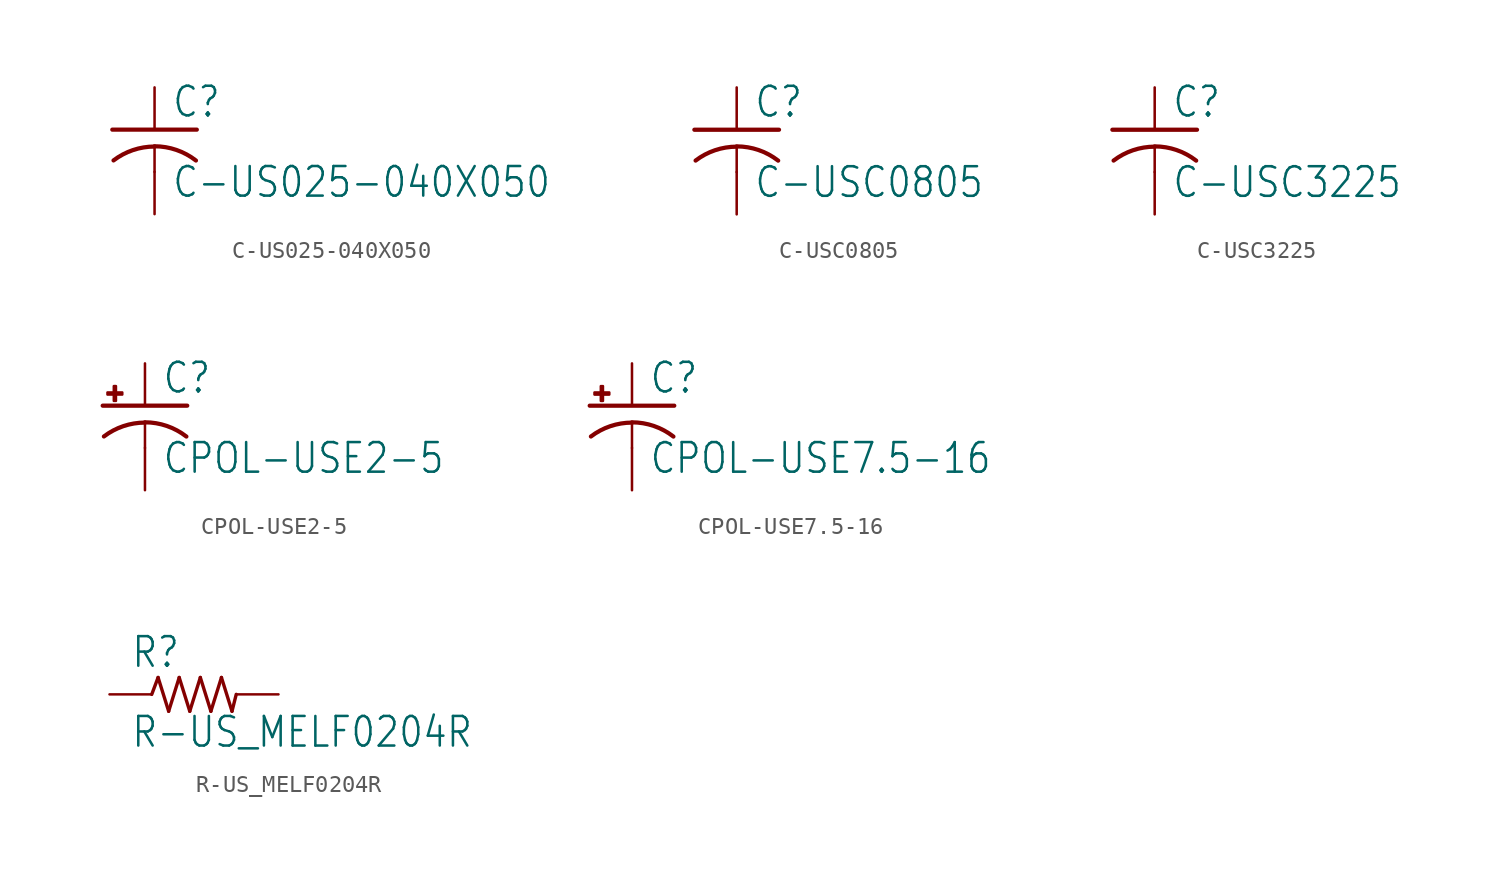
<source format=kicad_sym>
(kicad_symbol_lib
  (version 20211014)
  (generator kicad_symbol_editor)
  (symbol "C-US025-040X050"
    (property "Reference" "C"
      (at 1.016 0.635 0)
      (effects (font (size 1.778 1.511)) (justify left bottom)))
    (property "Value" "C-US025-040X050"
      (at 1.016 -4.191 0)
      (effects (font (size 1.778 1.511)) (justify left bottom)))
    (property "ki_locked" ""
      (at 0 0 0)
      (effects (font (size 1.27 1.27))))
    (symbol "C-US025-040X050_1_0"
      (arc (start 0 -1.0161) (mid -1.302 -1.2303) (end -2.4668 -1.8504) (stroke (width 0.254) (type default) (color 0 0 0 0)) (fill (type none)))
      (polyline (pts (xy -2.54 0) (xy 2.54 0)) (stroke (width 0.254) (type default) (color 0 0 0 0)) (fill (type none)))
      (polyline (pts (xy 0 -1.016) (xy 0 -2.54)) (stroke (width 0.152) (type default) (color 0 0 0 0)) (fill (type none)))
      (arc (start 2.4892 -1.8542) (mid 1.3158 -1.2195) (end 0 -1) (stroke (width 0.254) (type default) (color 0 0 0 0)) (fill (type none)))
      (pin passive line (at 0 2.54 270) (length 2.54) (name "1" (effects (font (size 0 0)))) (number "1" (effects (font (size 0 0)))))
      (pin passive line (at 0 -5.08 90) (length 2.54) (name "2" (effects (font (size 0 0)))) (number "2" (effects (font (size 0 0)))))))
  (symbol "C-USC0805"
    (property "Reference" "C"
      (at 1.016 0.635 0)
      (effects (font (size 1.778 1.511)) (justify left bottom)))
    (property "Value" "C-USC0805"
      (at 1.016 -4.191 0)
      (effects (font (size 1.778 1.511)) (justify left bottom)))
    (property "ki_locked" ""
      (at 0 0 0)
      (effects (font (size 1.27 1.27))))
    (symbol "C-USC0805_1_0"
      (arc (start 0 -1.0161) (mid -1.302 -1.2303) (end -2.4668 -1.8504) (stroke (width 0.254) (type default) (color 0 0 0 0)) (fill (type none)))
      (polyline (pts (xy -2.54 0) (xy 2.54 0)) (stroke (width 0.254) (type default) (color 0 0 0 0)) (fill (type none)))
      (polyline (pts (xy 0 -1.016) (xy 0 -2.54)) (stroke (width 0.152) (type default) (color 0 0 0 0)) (fill (type none)))
      (arc (start 2.4892 -1.8542) (mid 1.3158 -1.2195) (end 0 -1) (stroke (width 0.254) (type default) (color 0 0 0 0)) (fill (type none)))
      (pin passive line (at 0 2.54 270) (length 2.54) (name "1" (effects (font (size 0 0)))) (number "1" (effects (font (size 0 0)))))
      (pin passive line (at 0 -5.08 90) (length 2.54) (name "2" (effects (font (size 0 0)))) (number "2" (effects (font (size 0 0)))))))
  (symbol "C-USC3225"
    (property "Reference" "C"
      (at 1.016 0.635 0)
      (effects (font (size 1.778 1.511)) (justify left bottom)))
    (property "Value" "C-USC3225"
      (at 1.016 -4.191 0)
      (effects (font (size 1.778 1.511)) (justify left bottom)))
    (property "ki_locked" ""
      (at 0 0 0)
      (effects (font (size 1.27 1.27))))
    (symbol "C-USC3225_1_0"
      (arc (start 0 -1.0161) (mid -1.302 -1.2303) (end -2.4668 -1.8504) (stroke (width 0.254) (type default) (color 0 0 0 0)) (fill (type none)))
      (polyline (pts (xy -2.54 0) (xy 2.54 0)) (stroke (width 0.254) (type default) (color 0 0 0 0)) (fill (type none)))
      (polyline (pts (xy 0 -1.016) (xy 0 -2.54)) (stroke (width 0.152) (type default) (color 0 0 0 0)) (fill (type none)))
      (arc (start 2.4892 -1.8542) (mid 1.3158 -1.2195) (end 0 -1) (stroke (width 0.254) (type default) (color 0 0 0 0)) (fill (type none)))
      (pin passive line (at 0 2.54 270) (length 2.54) (name "1" (effects (font (size 0 0)))) (number "1" (effects (font (size 0 0)))))
      (pin passive line (at 0 -5.08 90) (length 2.54) (name "2" (effects (font (size 0 0)))) (number "2" (effects (font (size 0 0)))))))
  (symbol "CPOL-USE2-5"
    (property "Reference" "C"
      (at 1.016 0.635 0)
      (effects (font (size 1.778 1.511)) (justify left bottom)))
    (property "Value" "CPOL-USE2-5"
      (at 1.016 -4.191 0)
      (effects (font (size 1.778 1.511)) (justify left bottom)))
    (property "ki_locked" ""
      (at 0 0 0)
      (effects (font (size 1.27 1.27))))
    (symbol "CPOL-USE2-5_1_0"
      (rectangle (start -2.253 0.668) (end -1.364 0.795) (stroke (width 0) (type default) (color 0 0 0 0)) (fill (type outline)))
      (rectangle (start -1.872 0.287) (end -1.745 1.176) (stroke (width 0) (type default) (color 0 0 0 0)) (fill (type outline)))
      (arc (start 0 -1.0161) (mid -1.3021 -1.2302) (end -2.4669 -1.8504) (stroke (width 0.254) (type default) (color 0 0 0 0)) (fill (type none)))
      (polyline (pts (xy -2.54 0) (xy 2.54 0)) (stroke (width 0.254) (type default) (color 0 0 0 0)) (fill (type none)))
      (polyline (pts (xy 0 -1.016) (xy 0 -2.54)) (stroke (width 0.152) (type default) (color 0 0 0 0)) (fill (type none)))
      (arc (start 2.4892 -1.8542) (mid 1.3158 -1.2195) (end 0 -1) (stroke (width 0.254) (type default) (color 0 0 0 0)) (fill (type none)))
      (pin passive line (at 0 2.54 270) (length 2.54) (name "+" (effects (font (size 0 0)))) (number "+" (effects (font (size 0 0)))))
      (pin passive line (at 0 -5.08 90) (length 2.54) (name "-" (effects (font (size 0 0)))) (number "-" (effects (font (size 0 0)))))))
  (symbol "CPOL-USE7.5-16"
    (property "Reference" "C"
      (at 1.016 0.635 0)
      (effects (font (size 1.778 1.511)) (justify left bottom)))
    (property "Value" "CPOL-USE7.5-16"
      (at 1.016 -4.191 0)
      (effects (font (size 1.778 1.511)) (justify left bottom)))
    (property "ki_locked" ""
      (at 0 0 0)
      (effects (font (size 1.27 1.27))))
    (symbol "CPOL-USE7.5-16_1_0"
      (rectangle (start -2.253 0.668) (end -1.364 0.795) (stroke (width 0) (type default) (color 0 0 0 0)) (fill (type outline)))
      (rectangle (start -1.872 0.287) (end -1.745 1.176) (stroke (width 0) (type default) (color 0 0 0 0)) (fill (type outline)))
      (arc (start 0 -1.0161) (mid -1.3021 -1.2302) (end -2.4669 -1.8504) (stroke (width 0.254) (type default) (color 0 0 0 0)) (fill (type none)))
      (polyline (pts (xy -2.54 0) (xy 2.54 0)) (stroke (width 0.254) (type default) (color 0 0 0 0)) (fill (type none)))
      (polyline (pts (xy 0 -1.016) (xy 0 -2.54)) (stroke (width 0.152) (type default) (color 0 0 0 0)) (fill (type none)))
      (arc (start 2.4892 -1.8542) (mid 1.3158 -1.2195) (end 0 -1) (stroke (width 0.254) (type default) (color 0 0 0 0)) (fill (type none)))
      (pin passive line (at 0 2.54 270) (length 2.54) (name "+" (effects (font (size 0 0)))) (number "+" (effects (font (size 0 0)))))
      (pin passive line (at 0 -5.08 90) (length 2.54) (name "-" (effects (font (size 0 0)))) (number "-" (effects (font (size 0 0)))))))
  (symbol "R-US_MELF0204R"
    (property "Reference" "R"
      (at -3.81 1.499 0)
      (effects (font (size 1.778 1.511)) (justify left bottom)))
    (property "Value" "R-US_MELF0204R"
      (at -3.81 -3.302 0)
      (effects (font (size 1.778 1.511)) (justify left bottom)))
    (property "ki_locked" ""
      (at 0 0 0)
      (effects (font (size 1.27 1.27))))
    (symbol "R-US_MELF0204R_1_0"
      (polyline (pts (xy -2.54 0) (xy -2.159 1.016)) (stroke (width 0.203) (type default) (color 0 0 0 0)) (fill (type none)))
      (polyline (pts (xy -2.159 1.016) (xy -1.524 -1.016)) (stroke (width 0.203) (type default) (color 0 0 0 0)) (fill (type none)))
      (polyline (pts (xy -1.524 -1.016) (xy -0.889 1.016)) (stroke (width 0.203) (type default) (color 0 0 0 0)) (fill (type none)))
      (polyline (pts (xy -0.889 1.016) (xy -0.254 -1.016)) (stroke (width 0.203) (type default) (color 0 0 0 0)) (fill (type none)))
      (polyline (pts (xy -0.254 -1.016) (xy 0.381 1.016)) (stroke (width 0.203) (type default) (color 0 0 0 0)) (fill (type none)))
      (polyline (pts (xy 0.381 1.016) (xy 1.016 -1.016)) (stroke (width 0.203) (type default) (color 0 0 0 0)) (fill (type none)))
      (polyline (pts (xy 1.016 -1.016) (xy 1.651 1.016)) (stroke (width 0.203) (type default) (color 0 0 0 0)) (fill (type none)))
      (polyline (pts (xy 1.651 1.016) (xy 2.286 -1.016)) (stroke (width 0.203) (type default) (color 0 0 0 0)) (fill (type none)))
      (polyline (pts (xy 2.286 -1.016) (xy 2.54 0)) (stroke (width 0.203) (type default) (color 0 0 0 0)) (fill (type none)))
      (pin passive line (at -5.08 0 0) (length 2.54) (name "1" (effects (font (size 0 0)))) (number "1" (effects (font (size 0 0)))))
      (pin passive line (at 5.08 0 180) (length 2.54) (name "2" (effects (font (size 0 0)))) (number "2" (effects (font (size 0 0))))))))
</source>
